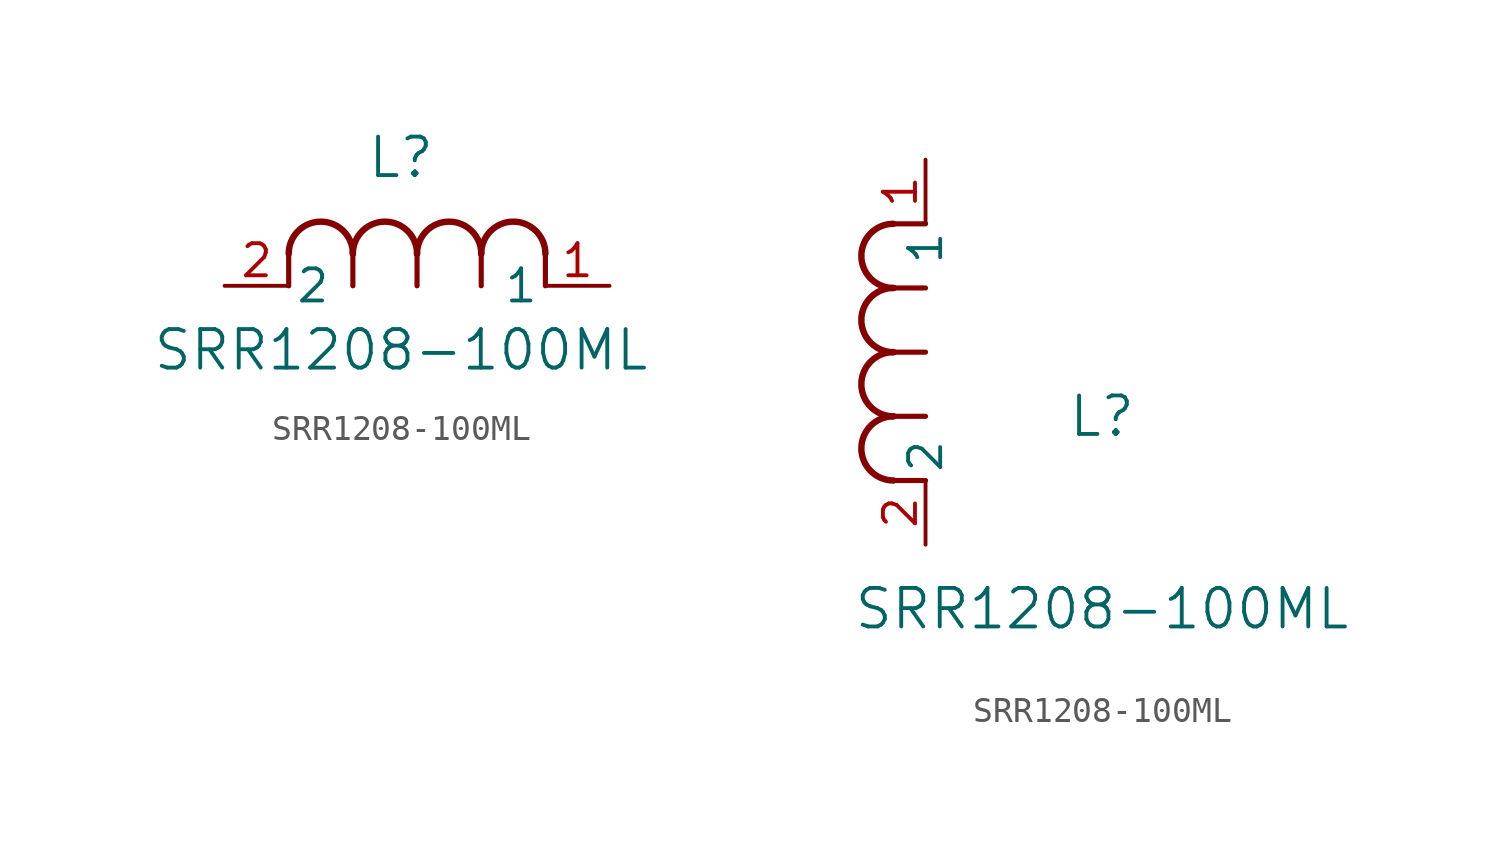
<source format=kicad_sym>
(kicad_symbol_lib
  (version 20211014)
  (generator kicad_symbol_editor)
  (symbol "SRR1208-100ML"
    (pin_names
      (offset 0.254))
    (property "Reference" "L"
      (at 6.985 5.08 0)
      (effects (font (size 1.524 1.524))))
    (property "Value" "SRR1208-100ML"
      (at 6.985 -2.54 0)
      (effects (font (size 1.524 1.524))))
    (symbol "SRR1208-100ML_1_1"
      (arc (start 7.62 1.27) (mid 6.35 2.54) (end 5.08 1.27) (stroke (width 0.254) (type default) (color 0 0 0 0)) (fill (type none)))
      (polyline (pts (xy 5.08 0) (xy 5.08 1.27)) (stroke (width 0.203) (type default) (color 0 0 0 0)) (fill (type none)))
      (polyline (pts (xy 7.62 0) (xy 7.62 1.27)) (stroke (width 0.203) (type default) (color 0 0 0 0)) (fill (type none)))
      (polyline (pts (xy 12.7 0) (xy 12.7 1.27)) (stroke (width 0.203) (type default) (color 0 0 0 0)) (fill (type none)))
      (arc (start 5.08 1.27) (mid 3.81 2.54) (end 2.54 1.27) (stroke (width 0.254) (type default) (color 0 0 0 0)) (fill (type none)))
      (arc (start 10.16 1.27) (mid 8.89 2.54) (end 7.62 1.27) (stroke (width 0.254) (type default) (color 0 0 0 0)) (fill (type none)))
      (arc (start 12.7 1.27) (mid 11.43 2.54) (end 10.16 1.27) (stroke (width 0.254) (type default) (color 0 0 0 0)) (fill (type none)))
      (polyline (pts (xy 2.54 0) (xy 2.54 1.27)) (stroke (width 0.203) (type default) (color 0 0 0 0)) (fill (type none)))
      (polyline (pts (xy 10.16 0) (xy 10.16 1.27)) (stroke (width 0.203) (type default) (color 0 0 0 0)) (fill (type none)))
      (pin unspecified line (at 0 0 0) (length 2.54) (name "2" (effects (font (size 1.27 1.27)))) (number "2" (effects (font (size 1.27 1.27)))))
      (pin unspecified line (at 15.24 0 180) (length 2.54) (name "1" (effects (font (size 1.27 1.27)))) (number "1" (effects (font (size 1.27 1.27))))))
    (symbol "SRR1208-100ML_1_2"
      (arc (start -1.27 7.62) (mid -2.54 6.35) (end -1.27 5.08) (stroke (width 0.254) (type default) (color 0 0 0 0)) (fill (type none)))
      (arc (start -1.27 5.08) (mid -2.54 3.81) (end -1.27 2.54) (stroke (width 0.254) (type default) (color 0 0 0 0)) (fill (type none)))
      (arc (start -1.27 12.7) (mid -2.54 11.43) (end -1.27 10.16) (stroke (width 0.254) (type default) (color 0 0 0 0)) (fill (type none)))
      (arc (start -1.27 10.16) (mid -2.54 8.89) (end -1.27 7.62) (stroke (width 0.254) (type default) (color 0 0 0 0)) (fill (type none)))
      (polyline (pts (xy 0 7.62) (xy -1.27 7.62)) (stroke (width 0.203) (type default) (color 0 0 0 0)) (fill (type none)))
      (polyline (pts (xy 0 5.08) (xy -1.27 5.08)) (stroke (width 0.203) (type default) (color 0 0 0 0)) (fill (type none)))
      (polyline (pts (xy 0 12.7) (xy -1.27 12.7)) (stroke (width 0.203) (type default) (color 0 0 0 0)) (fill (type none)))
      (polyline (pts (xy 0 2.54) (xy -1.27 2.54)) (stroke (width 0.203) (type default) (color 0 0 0 0)) (fill (type none)))
      (polyline (pts (xy 0 10.16) (xy -1.27 10.16)) (stroke (width 0.203) (type default) (color 0 0 0 0)) (fill (type none)))
      (pin unspecified line (at 0 0 90) (length 2.54) (name "2" (effects (font (size 1.27 1.27)))) (number "2" (effects (font (size 1.27 1.27)))))
      (pin unspecified line (at 0 15.24 270) (length 2.54) (name "1" (effects (font (size 1.27 1.27)))) (number "1" (effects (font (size 1.27 1.27))))))))
</source>
